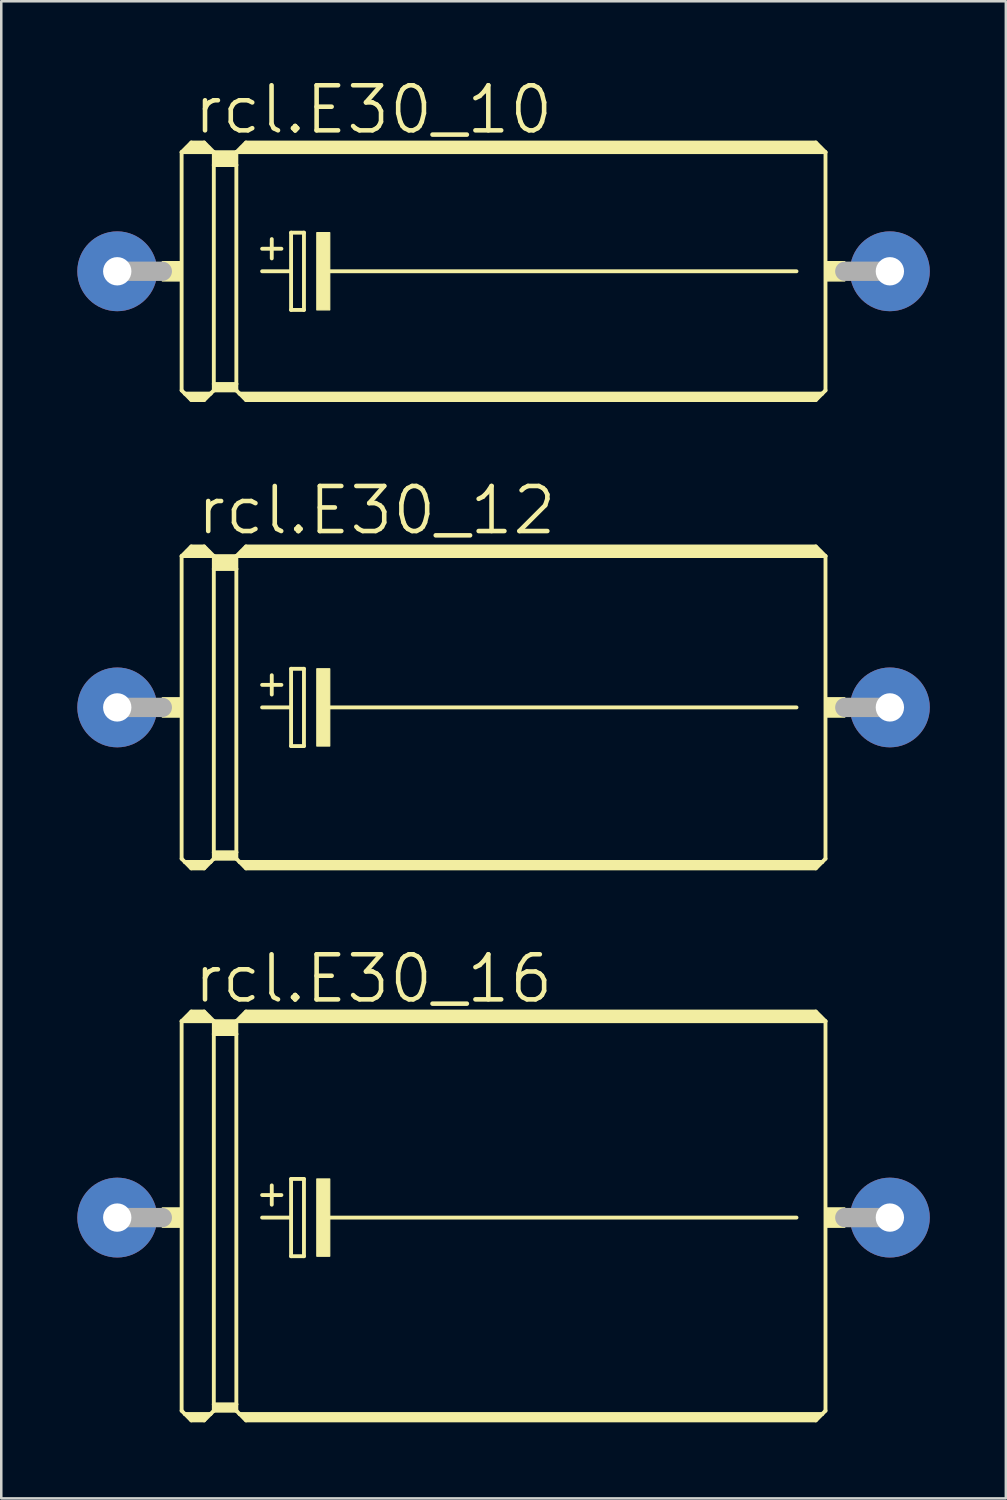
<source format=kicad_pcb>
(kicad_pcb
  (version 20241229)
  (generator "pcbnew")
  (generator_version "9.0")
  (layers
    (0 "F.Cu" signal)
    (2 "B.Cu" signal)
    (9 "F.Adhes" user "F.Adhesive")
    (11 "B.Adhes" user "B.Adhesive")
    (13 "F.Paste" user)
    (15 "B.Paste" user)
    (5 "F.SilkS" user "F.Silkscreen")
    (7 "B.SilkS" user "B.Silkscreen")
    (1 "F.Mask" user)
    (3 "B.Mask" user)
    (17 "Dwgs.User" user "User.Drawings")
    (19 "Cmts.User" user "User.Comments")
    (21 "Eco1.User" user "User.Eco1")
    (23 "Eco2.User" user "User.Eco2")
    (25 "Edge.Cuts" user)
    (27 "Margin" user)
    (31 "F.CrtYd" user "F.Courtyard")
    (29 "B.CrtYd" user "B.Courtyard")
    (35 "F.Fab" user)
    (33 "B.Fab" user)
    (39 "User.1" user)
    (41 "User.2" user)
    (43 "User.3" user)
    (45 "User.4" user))
  (footprint "rcl.E30_10"
    (layer "F.Cu")
    (at 16.815 7.652)
    (property "Reference" "rcl.E30_10" (at -12.319 -5.334 0) (layer "F.SilkS") (effects (font (size 1.778 1.778) (thickness 0.18)) (justify left bottom)))
    (attr through_hole)
    (fp_line (start -12.7 -4.699) (end -12.7 4.699) (stroke (width 0.152) (type default)) (layer "F.SilkS"))
    (fp_line (start -12.7 -4.699) (end -12.319 -5.08) (stroke (width 0.152) (type default)) (layer "F.SilkS"))
    (fp_line (start -12.7 -4.699) (end -11.43 -4.699) (stroke (width 0.152) (type default)) (layer "F.SilkS"))
    (fp_line (start -12.7 4.699) (end -12.573 4.826) (stroke (width 0.152) (type default)) (layer "F.SilkS"))
    (fp_line (start -12.573 4.826) (end -12.319 5.08) (stroke (width 0.152) (type default)) (layer "F.SilkS"))
    (fp_line (start -12.573 4.826) (end -11.557 4.826) (stroke (width 0.152) (type default)) (layer "F.SilkS"))
    (fp_line (start -12.446 -4.826) (end -11.684 -4.826) (stroke (width 0.305) (type default)) (layer "F.SilkS"))
    (fp_line (start -12.319 -5.08) (end -11.811 -5.08) (stroke (width 0.152) (type default)) (layer "F.SilkS"))
    (fp_line (start -12.319 -4.953) (end -11.811 -4.953) (stroke (width 0.305) (type default)) (layer "F.SilkS"))
    (fp_line (start -12.319 4.953) (end -11.811 4.953) (stroke (width 0.305) (type default)) (layer "F.SilkS"))
    (fp_line (start -12.319 5.08) (end -11.811 5.08) (stroke (width 0.152) (type default)) (layer "F.SilkS"))
    (fp_line (start -11.557 4.826) (end -11.811 5.08) (stroke (width 0.152) (type default)) (layer "F.SilkS"))
    (fp_line (start -11.43 -4.699) (end -11.811 -5.08) (stroke (width 0.152) (type default)) (layer "F.SilkS"))
    (fp_line (start -11.43 -4.699) (end -11.43 -4.191) (stroke (width 0.152) (type default)) (layer "F.SilkS"))
    (fp_line (start -11.43 -4.699) (end -10.541 -4.699) (stroke (width 0.152) (type default)) (layer "F.SilkS"))
    (fp_line (start -11.43 -4.191) (end -11.43 4.445) (stroke (width 0.152) (type default)) (layer "F.SilkS"))
    (fp_line (start -11.43 -4.191) (end -10.541 -4.191) (stroke (width 0.152) (type default)) (layer "F.SilkS"))
    (fp_line (start -11.43 4.445) (end -11.43 4.699) (stroke (width 0.152) (type default)) (layer "F.SilkS"))
    (fp_line (start -11.43 4.445) (end -10.541 4.445) (stroke (width 0.152) (type default)) (layer "F.SilkS"))
    (fp_line (start -11.43 4.699) (end -11.557 4.826) (stroke (width 0.152) (type default)) (layer "F.SilkS"))
    (fp_line (start -11.43 4.699) (end -10.541 4.699) (stroke (width 0.152) (type default)) (layer "F.SilkS"))
    (fp_line (start -11.303 -4.572) (end -10.668 -4.572) (stroke (width 0.305) (type default)) (layer "F.SilkS"))
    (fp_line (start -11.303 -4.318) (end -10.668 -4.318) (stroke (width 0.305) (type default)) (layer "F.SilkS"))
    (fp_line (start -11.303 4.572) (end -10.668 4.572) (stroke (width 0.305) (type default)) (layer "F.SilkS"))
    (fp_line (start -10.541 -4.699) (end -10.541 -4.191) (stroke (width 0.152) (type default)) (layer "F.SilkS"))
    (fp_line (start -10.541 -4.699) (end -10.16 -5.08) (stroke (width 0.152) (type default)) (layer "F.SilkS"))
    (fp_line (start -10.541 -4.699) (end 12.7 -4.699) (stroke (width 0.152) (type default)) (layer "F.SilkS"))
    (fp_line (start -10.541 -4.191) (end -10.541 4.445) (stroke (width 0.152) (type default)) (layer "F.SilkS"))
    (fp_line (start -10.541 4.445) (end -10.541 4.699) (stroke (width 0.152) (type default)) (layer "F.SilkS"))
    (fp_line (start -10.414 4.826) (end -10.541 4.699) (stroke (width 0.152) (type default)) (layer "F.SilkS"))
    (fp_line (start -10.414 4.826) (end 12.573 4.826) (stroke (width 0.152) (type default)) (layer "F.SilkS"))
    (fp_line (start -10.287 -4.826) (end 12.446 -4.826) (stroke (width 0.305) (type default)) (layer "F.SilkS"))
    (fp_line (start -10.16 -4.953) (end 12.319 -4.953) (stroke (width 0.305) (type default)) (layer "F.SilkS"))
    (fp_line (start -10.16 4.953) (end 12.319 4.953) (stroke (width 0.305) (type default)) (layer "F.SilkS"))
    (fp_line (start -10.16 5.08) (end -10.414 4.826) (stroke (width 0.152) (type default)) (layer "F.SilkS"))
    (fp_line (start -9.525 -0.889) (end -8.763 -0.889) (stroke (width 0.152) (type default)) (layer "F.SilkS"))
    (fp_line (start -9.525 0) (end -8.382 0) (stroke (width 0.152) (type default)) (layer "F.SilkS"))
    (fp_line (start -9.144 -1.27) (end -9.144 -0.508) (stroke (width 0.152) (type default)) (layer "F.SilkS"))
    (fp_line (start -8.382 -1.524) (end -8.382 0) (stroke (width 0.152) (type default)) (layer "F.SilkS"))
    (fp_line (start -8.382 0) (end -8.382 1.524) (stroke (width 0.152) (type default)) (layer "F.SilkS"))
    (fp_line (start -8.382 1.524) (end -7.874 1.524) (stroke (width 0.152) (type default)) (layer "F.SilkS"))
    (fp_line (start -7.874 -1.524) (end -8.382 -1.524) (stroke (width 0.152) (type default)) (layer "F.SilkS"))
    (fp_line (start -7.874 1.524) (end -7.874 -1.524) (stroke (width 0.152) (type default)) (layer "F.SilkS"))
    (fp_line (start -6.985 0) (end 11.557 0) (stroke (width 0.152) (type default)) (layer "F.SilkS"))
    (fp_line (start 12.319 -5.08) (end -10.16 -5.08) (stroke (width 0.152) (type default)) (layer "F.SilkS"))
    (fp_line (start 12.319 5.08) (end -10.16 5.08) (stroke (width 0.152) (type default)) (layer "F.SilkS"))
    (fp_line (start 12.573 4.826) (end 12.319 5.08) (stroke (width 0.152) (type default)) (layer "F.SilkS"))
    (fp_line (start 12.7 -4.699) (end 12.319 -5.08) (stroke (width 0.152) (type default)) (layer "F.SilkS"))
    (fp_line (start 12.7 -4.699) (end 12.7 4.699) (stroke (width 0.152) (type default)) (layer "F.SilkS"))
    (fp_line (start 12.7 4.699) (end 12.573 4.826) (stroke (width 0.152) (type default)) (layer "F.SilkS"))
    (fp_rect (start -13.462 0.381) (end -12.7 -0.381) (stroke (width 0.05) (type default)) (fill yes) (layer "F.SilkS"))
    (fp_rect (start -7.366 1.524) (end -6.858 -1.524) (stroke (width 0.05) (type default)) (fill yes) (layer "F.SilkS"))
    (fp_rect (start 12.7 0.381) (end 13.462 -0.381) (stroke (width 0.05) (type default)) (fill yes) (layer "F.SilkS"))
    (fp_line (start -15.24 0) (end -13.462 0) (stroke (width 0.762) (type default)) (layer "F.Fab"))
    (fp_line (start 15.24 0) (end 13.462 0) (stroke (width 0.762) (type default)) (layer "F.Fab"))
    (pad "+" thru_hole circle (at -15.24 0) (size 3.15 3.15) (drill 1.118) (layers "*.Cu" "*.Mask"))
    (pad "-" thru_hole circle (at 15.24 0) (size 3.15 3.15) (drill 1.118) (layers "*.Cu" "*.Mask")))
  (footprint "rcl.E30_12"
    (layer "F.Cu")
    (at 16.815 24.857)
    (property "Reference" "rcl.E30_12" (at -12.192 -6.731 0) (layer "F.SilkS") (effects (font (size 1.778 1.778) (thickness 0.18)) (justify left bottom)))
    (attr through_hole)
    (fp_line (start -12.7 -5.969) (end -12.7 5.969) (stroke (width 0.152) (type default)) (layer "F.SilkS"))
    (fp_line (start -12.7 -5.969) (end -12.319 -6.35) (stroke (width 0.152) (type default)) (layer "F.SilkS"))
    (fp_line (start -12.7 -5.969) (end -11.43 -5.969) (stroke (width 0.152) (type default)) (layer "F.SilkS"))
    (fp_line (start -12.7 5.969) (end -12.573 6.096) (stroke (width 0.152) (type default)) (layer "F.SilkS"))
    (fp_line (start -12.573 6.096) (end -12.319 6.35) (stroke (width 0.152) (type default)) (layer "F.SilkS"))
    (fp_line (start -12.573 6.096) (end -11.557 6.096) (stroke (width 0.152) (type default)) (layer "F.SilkS"))
    (fp_line (start -12.446 -6.096) (end -11.684 -6.096) (stroke (width 0.305) (type default)) (layer "F.SilkS"))
    (fp_line (start -12.319 -6.35) (end -11.811 -6.35) (stroke (width 0.152) (type default)) (layer "F.SilkS"))
    (fp_line (start -12.319 -6.223) (end -11.811 -6.223) (stroke (width 0.305) (type default)) (layer "F.SilkS"))
    (fp_line (start -12.319 6.223) (end -11.811 6.223) (stroke (width 0.305) (type default)) (layer "F.SilkS"))
    (fp_line (start -12.319 6.35) (end -11.811 6.35) (stroke (width 0.152) (type default)) (layer "F.SilkS"))
    (fp_line (start -11.557 6.096) (end -11.811 6.35) (stroke (width 0.152) (type default)) (layer "F.SilkS"))
    (fp_line (start -11.43 -5.969) (end -11.811 -6.35) (stroke (width 0.152) (type default)) (layer "F.SilkS"))
    (fp_line (start -11.43 -5.969) (end -11.43 -5.461) (stroke (width 0.152) (type default)) (layer "F.SilkS"))
    (fp_line (start -11.43 -5.969) (end -10.541 -5.969) (stroke (width 0.152) (type default)) (layer "F.SilkS"))
    (fp_line (start -11.43 -5.461) (end -11.43 5.715) (stroke (width 0.152) (type default)) (layer "F.SilkS"))
    (fp_line (start -11.43 -5.461) (end -10.541 -5.461) (stroke (width 0.152) (type default)) (layer "F.SilkS"))
    (fp_line (start -11.43 5.715) (end -11.43 5.969) (stroke (width 0.152) (type default)) (layer "F.SilkS"))
    (fp_line (start -11.43 5.715) (end -10.541 5.715) (stroke (width 0.152) (type default)) (layer "F.SilkS"))
    (fp_line (start -11.43 5.969) (end -11.557 6.096) (stroke (width 0.152) (type default)) (layer "F.SilkS"))
    (fp_line (start -11.43 5.969) (end -10.541 5.969) (stroke (width 0.152) (type default)) (layer "F.SilkS"))
    (fp_line (start -11.303 -5.842) (end -10.668 -5.842) (stroke (width 0.305) (type default)) (layer "F.SilkS"))
    (fp_line (start -11.303 -5.588) (end -10.668 -5.588) (stroke (width 0.305) (type default)) (layer "F.SilkS"))
    (fp_line (start -11.303 5.842) (end -10.668 5.842) (stroke (width 0.305) (type default)) (layer "F.SilkS"))
    (fp_line (start -10.541 -5.969) (end -10.541 -5.461) (stroke (width 0.152) (type default)) (layer "F.SilkS"))
    (fp_line (start -10.541 -5.969) (end -10.16 -6.35) (stroke (width 0.152) (type default)) (layer "F.SilkS"))
    (fp_line (start -10.541 -5.969) (end 12.7 -5.969) (stroke (width 0.152) (type default)) (layer "F.SilkS"))
    (fp_line (start -10.541 -5.461) (end -10.541 5.715) (stroke (width 0.152) (type default)) (layer "F.SilkS"))
    (fp_line (start -10.541 5.715) (end -10.541 5.969) (stroke (width 0.152) (type default)) (layer "F.SilkS"))
    (fp_line (start -10.414 6.096) (end -10.541 5.969) (stroke (width 0.152) (type default)) (layer "F.SilkS"))
    (fp_line (start -10.414 6.096) (end 12.573 6.096) (stroke (width 0.152) (type default)) (layer "F.SilkS"))
    (fp_line (start -10.287 -6.096) (end 12.446 -6.096) (stroke (width 0.305) (type default)) (layer "F.SilkS"))
    (fp_line (start -10.16 -6.223) (end 12.319 -6.223) (stroke (width 0.305) (type default)) (layer "F.SilkS"))
    (fp_line (start -10.16 6.223) (end 12.319 6.223) (stroke (width 0.305) (type default)) (layer "F.SilkS"))
    (fp_line (start -10.16 6.35) (end -10.414 6.096) (stroke (width 0.152) (type default)) (layer "F.SilkS"))
    (fp_line (start -9.525 -0.889) (end -8.763 -0.889) (stroke (width 0.152) (type default)) (layer "F.SilkS"))
    (fp_line (start -9.525 0) (end -8.382 0) (stroke (width 0.152) (type default)) (layer "F.SilkS"))
    (fp_line (start -9.144 -1.27) (end -9.144 -0.508) (stroke (width 0.152) (type default)) (layer "F.SilkS"))
    (fp_line (start -8.382 -1.524) (end -8.382 0) (stroke (width 0.152) (type default)) (layer "F.SilkS"))
    (fp_line (start -8.382 0) (end -8.382 1.524) (stroke (width 0.152) (type default)) (layer "F.SilkS"))
    (fp_line (start -8.382 1.524) (end -7.874 1.524) (stroke (width 0.152) (type default)) (layer "F.SilkS"))
    (fp_line (start -7.874 -1.524) (end -8.382 -1.524) (stroke (width 0.152) (type default)) (layer "F.SilkS"))
    (fp_line (start -7.874 1.524) (end -7.874 -1.524) (stroke (width 0.152) (type default)) (layer "F.SilkS"))
    (fp_line (start -6.985 0) (end 11.557 0) (stroke (width 0.152) (type default)) (layer "F.SilkS"))
    (fp_line (start 12.319 -6.35) (end -10.16 -6.35) (stroke (width 0.152) (type default)) (layer "F.SilkS"))
    (fp_line (start 12.319 6.35) (end -10.16 6.35) (stroke (width 0.152) (type default)) (layer "F.SilkS"))
    (fp_line (start 12.573 6.096) (end 12.319 6.35) (stroke (width 0.152) (type default)) (layer "F.SilkS"))
    (fp_line (start 12.7 -5.969) (end 12.319 -6.35) (stroke (width 0.152) (type default)) (layer "F.SilkS"))
    (fp_line (start 12.7 -5.969) (end 12.7 5.969) (stroke (width 0.152) (type default)) (layer "F.SilkS"))
    (fp_line (start 12.7 5.969) (end 12.573 6.096) (stroke (width 0.152) (type default)) (layer "F.SilkS"))
    (fp_rect (start -13.462 0.381) (end -12.7 -0.381) (stroke (width 0.05) (type default)) (fill yes) (layer "F.SilkS"))
    (fp_rect (start -7.366 1.524) (end -6.858 -1.524) (stroke (width 0.05) (type default)) (fill yes) (layer "F.SilkS"))
    (fp_rect (start 12.7 0.381) (end 13.462 -0.381) (stroke (width 0.05) (type default)) (fill yes) (layer "F.SilkS"))
    (fp_line (start -15.24 0) (end -13.462 0) (stroke (width 0.762) (type default)) (layer "F.Fab"))
    (fp_line (start 15.24 0) (end 13.462 0) (stroke (width 0.762) (type default)) (layer "F.Fab"))
    (pad "+" thru_hole circle (at -15.24 0) (size 3.15 3.15) (drill 1.118) (layers "*.Cu" "*.Mask"))
    (pad "-" thru_hole circle (at 15.24 0) (size 3.15 3.15) (drill 1.118) (layers "*.Cu" "*.Mask")))
  (footprint "rcl.E30_16"
    (layer "F.Cu")
    (at 16.815 44.983)
    (property "Reference" "rcl.E30_16" (at -12.319 -8.382 0) (layer "F.SilkS") (effects (font (size 1.778 1.778) (thickness 0.18)) (justify left bottom)))
    (attr through_hole)
    (fp_line (start -12.7 -7.747) (end -12.7 7.62) (stroke (width 0.152) (type default)) (layer "F.SilkS"))
    (fp_line (start -12.7 -7.747) (end -12.319 -8.128) (stroke (width 0.152) (type default)) (layer "F.SilkS"))
    (fp_line (start -12.7 -7.747) (end -11.43 -7.747) (stroke (width 0.152) (type default)) (layer "F.SilkS"))
    (fp_line (start -12.7 7.62) (end -12.573 7.747) (stroke (width 0.152) (type default)) (layer "F.SilkS"))
    (fp_line (start -12.573 7.747) (end -12.319 8.001) (stroke (width 0.152) (type default)) (layer "F.SilkS"))
    (fp_line (start -12.573 7.747) (end -11.557 7.747) (stroke (width 0.152) (type default)) (layer "F.SilkS"))
    (fp_line (start -12.446 -7.874) (end -11.684 -7.874) (stroke (width 0.305) (type default)) (layer "F.SilkS"))
    (fp_line (start -12.319 -8.128) (end -11.811 -8.128) (stroke (width 0.152) (type default)) (layer "F.SilkS"))
    (fp_line (start -12.319 -8.001) (end -11.811 -8.001) (stroke (width 0.305) (type default)) (layer "F.SilkS"))
    (fp_line (start -12.319 7.874) (end -11.811 7.874) (stroke (width 0.305) (type default)) (layer "F.SilkS"))
    (fp_line (start -12.319 8.001) (end -11.811 8.001) (stroke (width 0.152) (type default)) (layer "F.SilkS"))
    (fp_line (start -11.557 7.747) (end -11.811 8.001) (stroke (width 0.152) (type default)) (layer "F.SilkS"))
    (fp_line (start -11.43 -7.747) (end -11.811 -8.128) (stroke (width 0.152) (type default)) (layer "F.SilkS"))
    (fp_line (start -11.43 -7.747) (end -11.43 -7.239) (stroke (width 0.152) (type default)) (layer "F.SilkS"))
    (fp_line (start -11.43 -7.747) (end -10.541 -7.747) (stroke (width 0.152) (type default)) (layer "F.SilkS"))
    (fp_line (start -11.43 -7.239) (end -11.43 7.366) (stroke (width 0.152) (type default)) (layer "F.SilkS"))
    (fp_line (start -11.43 -7.239) (end -10.541 -7.239) (stroke (width 0.152) (type default)) (layer "F.SilkS"))
    (fp_line (start -11.43 7.366) (end -11.43 7.62) (stroke (width 0.152) (type default)) (layer "F.SilkS"))
    (fp_line (start -11.43 7.366) (end -10.541 7.366) (stroke (width 0.152) (type default)) (layer "F.SilkS"))
    (fp_line (start -11.43 7.62) (end -11.557 7.747) (stroke (width 0.152) (type default)) (layer "F.SilkS"))
    (fp_line (start -11.43 7.62) (end -10.541 7.62) (stroke (width 0.152) (type default)) (layer "F.SilkS"))
    (fp_line (start -11.303 -7.62) (end -10.668 -7.62) (stroke (width 0.305) (type default)) (layer "F.SilkS"))
    (fp_line (start -11.303 -7.366) (end -10.668 -7.366) (stroke (width 0.305) (type default)) (layer "F.SilkS"))
    (fp_line (start -11.303 7.493) (end -10.668 7.493) (stroke (width 0.305) (type default)) (layer "F.SilkS"))
    (fp_line (start -10.541 -7.747) (end -10.541 -7.239) (stroke (width 0.152) (type default)) (layer "F.SilkS"))
    (fp_line (start -10.541 -7.747) (end -10.16 -8.128) (stroke (width 0.152) (type default)) (layer "F.SilkS"))
    (fp_line (start -10.541 -7.747) (end 12.7 -7.747) (stroke (width 0.152) (type default)) (layer "F.SilkS"))
    (fp_line (start -10.541 -7.239) (end -10.541 7.366) (stroke (width 0.152) (type default)) (layer "F.SilkS"))
    (fp_line (start -10.541 7.366) (end -10.541 7.62) (stroke (width 0.152) (type default)) (layer "F.SilkS"))
    (fp_line (start -10.414 7.747) (end -10.541 7.62) (stroke (width 0.152) (type default)) (layer "F.SilkS"))
    (fp_line (start -10.414 7.747) (end 12.573 7.747) (stroke (width 0.152) (type default)) (layer "F.SilkS"))
    (fp_line (start -10.287 -7.874) (end 12.446 -7.874) (stroke (width 0.305) (type default)) (layer "F.SilkS"))
    (fp_line (start -10.16 -8.001) (end 12.319 -8.001) (stroke (width 0.305) (type default)) (layer "F.SilkS"))
    (fp_line (start -10.16 7.874) (end 12.319 7.874) (stroke (width 0.305) (type default)) (layer "F.SilkS"))
    (fp_line (start -10.16 8.001) (end -10.414 7.747) (stroke (width 0.152) (type default)) (layer "F.SilkS"))
    (fp_line (start -9.525 -0.889) (end -8.763 -0.889) (stroke (width 0.152) (type default)) (layer "F.SilkS"))
    (fp_line (start -9.525 0) (end -8.382 0) (stroke (width 0.152) (type default)) (layer "F.SilkS"))
    (fp_line (start -9.144 -1.27) (end -9.144 -0.508) (stroke (width 0.152) (type default)) (layer "F.SilkS"))
    (fp_line (start -8.382 -1.524) (end -8.382 0) (stroke (width 0.152) (type default)) (layer "F.SilkS"))
    (fp_line (start -8.382 0) (end -8.382 1.524) (stroke (width 0.152) (type default)) (layer "F.SilkS"))
    (fp_line (start -8.382 1.524) (end -7.874 1.524) (stroke (width 0.152) (type default)) (layer "F.SilkS"))
    (fp_line (start -7.874 -1.524) (end -8.382 -1.524) (stroke (width 0.152) (type default)) (layer "F.SilkS"))
    (fp_line (start -7.874 1.524) (end -7.874 -1.524) (stroke (width 0.152) (type default)) (layer "F.SilkS"))
    (fp_line (start -6.985 0) (end 11.557 0) (stroke (width 0.152) (type default)) (layer "F.SilkS"))
    (fp_line (start 12.319 -8.128) (end -10.16 -8.128) (stroke (width 0.152) (type default)) (layer "F.SilkS"))
    (fp_line (start 12.319 8.001) (end -10.16 8.001) (stroke (width 0.152) (type default)) (layer "F.SilkS"))
    (fp_line (start 12.573 7.747) (end 12.319 8.001) (stroke (width 0.152) (type default)) (layer "F.SilkS"))
    (fp_line (start 12.7 -7.747) (end 12.319 -8.128) (stroke (width 0.152) (type default)) (layer "F.SilkS"))
    (fp_line (start 12.7 -7.747) (end 12.7 7.62) (stroke (width 0.152) (type default)) (layer "F.SilkS"))
    (fp_line (start 12.7 7.62) (end 12.573 7.747) (stroke (width 0.152) (type default)) (layer "F.SilkS"))
    (fp_rect (start -13.462 0.381) (end -12.7 -0.381) (stroke (width 0.05) (type default)) (fill yes) (layer "F.SilkS"))
    (fp_rect (start -7.366 1.524) (end -6.858 -1.524) (stroke (width 0.05) (type default)) (fill yes) (layer "F.SilkS"))
    (fp_rect (start 12.7 0.381) (end 13.462 -0.381) (stroke (width 0.05) (type default)) (fill yes) (layer "F.SilkS"))
    (fp_line (start -15.24 0) (end -13.462 0) (stroke (width 0.762) (type default)) (layer "F.Fab"))
    (fp_line (start 15.24 0) (end 13.462 0) (stroke (width 0.762) (type default)) (layer "F.Fab"))
    (pad "+" thru_hole circle (at -15.24 0) (size 3.15 3.15) (drill 1.118) (layers "*.Cu" "*.Mask"))
    (pad "-" thru_hole circle (at 15.24 0) (size 3.15 3.15) (drill 1.118) (layers "*.Cu" "*.Mask")))
  (gr_rect
    (start -3 -3)
    (end 36.63 56.061)
    (stroke (width 0.1) (type default))
    (fill no)
    (layer "Edge.Cuts")))
</source>
